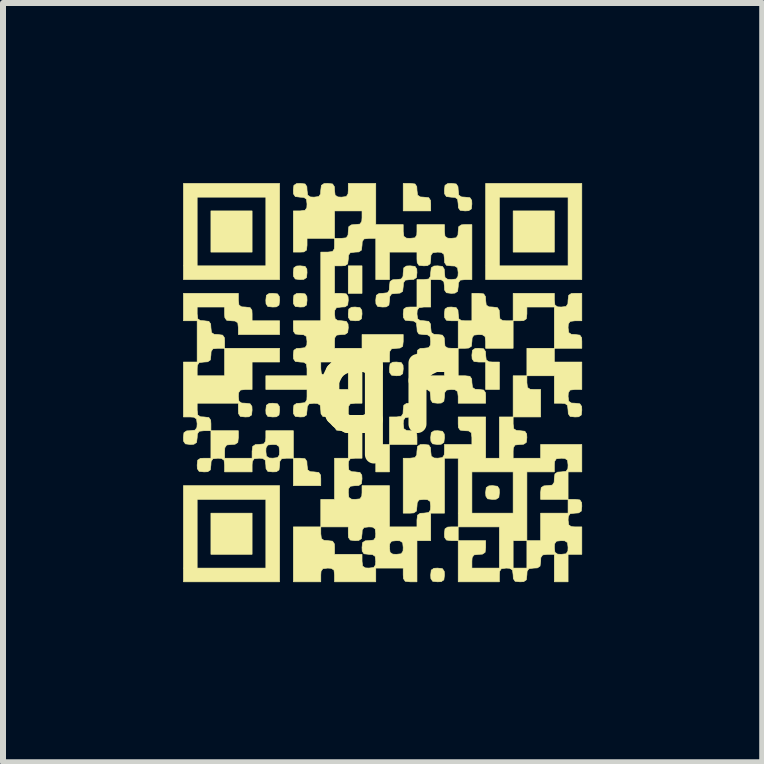
<source format=kicad_pcb>
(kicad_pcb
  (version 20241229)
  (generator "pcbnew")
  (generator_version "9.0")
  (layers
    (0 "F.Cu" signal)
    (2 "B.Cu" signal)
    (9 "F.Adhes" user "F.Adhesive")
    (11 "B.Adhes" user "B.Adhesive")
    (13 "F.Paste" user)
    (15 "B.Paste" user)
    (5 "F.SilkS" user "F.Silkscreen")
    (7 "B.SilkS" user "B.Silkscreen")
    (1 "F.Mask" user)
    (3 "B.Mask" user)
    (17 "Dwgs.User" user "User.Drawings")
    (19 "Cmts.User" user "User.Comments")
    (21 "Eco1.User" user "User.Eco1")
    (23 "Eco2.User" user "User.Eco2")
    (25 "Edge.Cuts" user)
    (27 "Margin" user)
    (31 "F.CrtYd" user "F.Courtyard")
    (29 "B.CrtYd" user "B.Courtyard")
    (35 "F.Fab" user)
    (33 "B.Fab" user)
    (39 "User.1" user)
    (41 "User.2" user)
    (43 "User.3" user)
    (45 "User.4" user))
  (footprint "qr"
    (layer "F.Cu")
    (at 3.323 3.323)
    (property "Reference" "qr" (at 0 0 0) (layer "F.SilkS") (effects (font (size 1.524 1.524) (thickness 0.3))))
    (attr through_hole)
    (fp_poly (pts (xy -2.174 -2.174) (xy -2.86 -2.174) (xy -2.86 -2.86) (xy -2.174 -2.86) (xy -2.174 -2.174)) (stroke (width 0.01) (type solid)) (fill yes) (layer "F.SilkS"))
    (fp_poly (pts (xy -2.174 2.86) (xy -2.86 2.86) (xy -2.86 2.174) (xy -2.174 2.174) (xy -2.174 2.86)) (stroke (width 0.01) (type solid)) (fill yes) (layer "F.SilkS"))
    (fp_poly (pts (xy -0.343 -1.487) (xy -0.572 -1.487) (xy -0.572 -1.945) (xy -0.343 -1.945) (xy -0.343 -1.487)) (stroke (width 0.01) (type solid)) (fill yes) (layer "F.SilkS"))
    (fp_poly (pts (xy 0.114 1.487) (xy -0.114 1.487) (xy -0.114 1.03) (xy 0.114 1.03) (xy 0.114 1.487)) (stroke (width 0.01) (type solid)) (fill yes) (layer "F.SilkS"))
    (fp_poly (pts (xy 2.86 -2.174) (xy 2.174 -2.174) (xy 2.174 -2.86) (xy 2.86 -2.86) (xy 2.86 -2.174)) (stroke (width 0.01) (type solid)) (fill yes) (layer "F.SilkS"))
    (fp_poly (pts (xy -1.716 -1.716) (xy -3.318 -1.716) (xy -3.318 -3.089) (xy -3.089 -3.089) (xy -3.089 -1.945) (xy -1.945 -1.945) (xy -1.945 -3.089) (xy -3.089 -3.089) (xy -3.318 -3.089) (xy -3.318 -3.318) (xy -1.716 -3.318) (xy -1.716 -1.716)) (stroke (width 0.01) (type solid)) (fill yes) (layer "F.SilkS"))
    (fp_poly (pts (xy -1.716 3.318) (xy -3.318 3.318) (xy -3.318 1.945) (xy -3.089 1.945) (xy -3.089 3.089) (xy -1.945 3.089) (xy -1.945 1.945) (xy -3.089 1.945) (xy -3.318 1.945) (xy -3.318 1.716) (xy -1.716 1.716) (xy -1.716 3.318)) (stroke (width 0.01) (type solid)) (fill yes) (layer "F.SilkS"))
    (fp_poly (pts (xy 3.318 -1.716) (xy 1.716 -1.716) (xy 1.716 -3.089) (xy 1.945 -3.089) (xy 1.945 -1.945) (xy 3.089 -1.945) (xy 3.089 -3.089) (xy 1.945 -3.089) (xy 1.716 -3.089) (xy 1.716 -3.318) (xy 3.318 -3.318) (xy 3.318 -1.716)) (stroke (width 0.01) (type solid)) (fill yes) (layer "F.SilkS"))
    (fp_poly (pts (xy -1.75 -1.478) (xy -1.72 -1.433) (xy -1.716 -1.373) (xy -1.726 -1.292) (xy -1.77 -1.262) (xy -1.831 -1.259) (xy -1.912 -1.268) (xy -1.942 -1.313) (xy -1.945 -1.373) (xy -1.936 -1.454) (xy -1.891 -1.484) (xy -1.831 -1.487) (xy -1.75 -1.478)) (stroke (width 0.01) (type solid)) (fill yes) (layer "F.SilkS"))
    (fp_poly (pts (xy -1.75 0.353) (xy -1.72 0.397) (xy -1.716 0.458) (xy -1.726 0.539) (xy -1.77 0.569) (xy -1.831 0.572) (xy -1.912 0.563) (xy -1.942 0.518) (xy -1.945 0.458) (xy -1.936 0.377) (xy -1.891 0.347) (xy -1.831 0.343) (xy -1.75 0.353)) (stroke (width 0.01) (type solid)) (fill yes) (layer "F.SilkS"))
    (fp_poly (pts (xy -1.292 -1.936) (xy -1.262 -1.891) (xy -1.259 -1.831) (xy -1.268 -1.75) (xy -1.313 -1.72) (xy -1.373 -1.716) (xy -1.454 -1.726) (xy -1.484 -1.77) (xy -1.487 -1.831) (xy -1.478 -1.912) (xy -1.433 -1.942) (xy -1.373 -1.945) (xy -1.292 -1.936)) (stroke (width 0.01) (type solid)) (fill yes) (layer "F.SilkS"))
    (fp_poly (pts (xy -1.292 -1.478) (xy -1.262 -1.433) (xy -1.259 -1.373) (xy -1.268 -1.292) (xy -1.313 -1.262) (xy -1.373 -1.259) (xy -1.454 -1.268) (xy -1.484 -1.313) (xy -1.487 -1.373) (xy -1.478 -1.454) (xy -1.433 -1.484) (xy -1.373 -1.487) (xy -1.292 -1.478)) (stroke (width 0.01) (type solid)) (fill yes) (layer "F.SilkS"))
    (fp_poly (pts (xy -0.377 -1.249) (xy -0.347 -1.205) (xy -0.343 -1.144) (xy -0.353 -1.063) (xy -0.397 -1.033) (xy -0.458 -1.03) (xy -0.539 -1.039) (xy -0.569 -1.084) (xy -0.572 -1.144) (xy -0.563 -1.225) (xy -0.518 -1.255) (xy -0.458 -1.259) (xy -0.377 -1.249)) (stroke (width 0.01) (type solid)) (fill yes) (layer "F.SilkS"))
    (fp_poly (pts (xy 0.31 -0.334) (xy 0.34 -0.289) (xy 0.343 -0.229) (xy 0.334 -0.148) (xy 0.289 -0.118) (xy 0.229 -0.114) (xy 0.148 -0.124) (xy 0.118 -0.168) (xy 0.114 -0.229) (xy 0.124 -0.31) (xy 0.168 -0.34) (xy 0.229 -0.343) (xy 0.31 -0.334)) (stroke (width 0.01) (type solid)) (fill yes) (layer "F.SilkS"))
    (fp_poly (pts (xy 0.996 0.81) (xy 1.026 0.855) (xy 1.03 0.915) (xy 1.02 0.996) (xy 0.976 1.026) (xy 0.915 1.03) (xy 0.834 1.02) (xy 0.804 0.976) (xy 0.801 0.915) (xy 0.81 0.834) (xy 0.855 0.804) (xy 0.915 0.801) (xy 0.996 0.81)) (stroke (width 0.01) (type solid)) (fill yes) (layer "F.SilkS"))
    (fp_poly (pts (xy 0.996 3.099) (xy 1.026 3.143) (xy 1.03 3.204) (xy 1.02 3.285) (xy 0.976 3.315) (xy 0.915 3.318) (xy 0.834 3.309) (xy 0.804 3.264) (xy 0.801 3.204) (xy 0.81 3.123) (xy 0.855 3.093) (xy 0.915 3.089) (xy 0.996 3.099)) (stroke (width 0.01) (type solid)) (fill yes) (layer "F.SilkS"))
    (fp_poly (pts (xy 1.912 1.726) (xy 1.942 1.77) (xy 1.945 1.831) (xy 1.936 1.912) (xy 1.891 1.942) (xy 1.831 1.945) (xy 1.75 1.936) (xy 1.72 1.891) (xy 1.716 1.831) (xy 1.726 1.75) (xy 1.77 1.72) (xy 1.831 1.716) (xy 1.912 1.726)) (stroke (width 0.01) (type solid)) (fill yes) (layer "F.SilkS"))
    (fp_poly (pts (xy -1.292 1.268) (xy -1.262 1.313) (xy -1.259 1.373) (xy -1.249 1.454) (xy -1.205 1.484) (xy -1.144 1.487) (xy -1.063 1.497) (xy -1.033 1.541) (xy -1.03 1.602) (xy -1.03 1.716) (xy -1.487 1.716) (xy -1.487 1.259) (xy -1.373 1.259) (xy -1.292 1.268)) (stroke (width 0.01) (type solid)) (fill yes) (layer "F.SilkS"))
    (fp_poly (pts (xy 0.539 -3.309) (xy 0.569 -3.264) (xy 0.572 -3.204) (xy 0.582 -3.123) (xy 0.626 -3.093) (xy 0.686 -3.089) (xy 0.768 -3.08) (xy 0.797 -3.035) (xy 0.801 -2.975) (xy 0.801 -2.86) (xy 0.343 -2.86) (xy 0.343 -3.318) (xy 0.458 -3.318) (xy 0.539 -3.309)) (stroke (width 0.01) (type solid)) (fill yes) (layer "F.SilkS"))
    (fp_poly (pts (xy 1.683 -0.563) (xy 1.713 -0.518) (xy 1.716 -0.458) (xy 1.726 -0.377) (xy 1.77 -0.347) (xy 1.831 -0.343) (xy 1.945 -0.343) (xy 1.945 0.114) (xy 1.716 0.114) (xy 1.716 -0.343) (xy 1.602 -0.343) (xy 1.521 -0.353) (xy 1.491 -0.397) (xy 1.487 -0.458) (xy 1.497 -0.539) (xy 1.541 -0.569) (xy 1.602 -0.572) (xy 1.683 -0.563)) (stroke (width 0.01) (type solid)) (fill yes) (layer "F.SilkS"))
    (fp_poly (pts (xy 1.225 -3.309) (xy 1.255 -3.264) (xy 1.259 -3.204) (xy 1.268 -3.123) (xy 1.313 -3.093) (xy 1.373 -3.089) (xy 1.454 -3.08) (xy 1.484 -3.035) (xy 1.487 -2.975) (xy 1.478 -2.894) (xy 1.433 -2.864) (xy 1.373 -2.86) (xy 1.292 -2.87) (xy 1.262 -2.914) (xy 1.259 -2.975) (xy 1.249 -3.056) (xy 1.205 -3.086) (xy 1.144 -3.089) (xy 1.063 -3.099) (xy 1.033 -3.143) (xy 1.03 -3.204) (xy 1.039 -3.285) (xy 1.084 -3.315) (xy 1.144 -3.318) (xy 1.225 -3.309)) (stroke (width 0.01) (type solid)) (fill yes) (layer "F.SilkS"))
    (fp_poly (pts (xy 0.539 0.353) (xy 0.569 0.397) (xy 0.572 0.458) (xy 0.563 0.539) (xy 0.518 0.569) (xy 0.458 0.572) (xy 0.377 0.582) (xy 0.347 0.626) (xy 0.343 0.686) (xy 0.353 0.768) (xy 0.397 0.797) (xy 0.458 0.801) (xy 0.539 0.81) (xy 0.569 0.855) (xy 0.572 0.915) (xy 0.572 1.03) (xy 0.114 1.03) (xy 0.114 0.572) (xy 0.229 0.572) (xy 0.31 0.563) (xy 0.34 0.518) (xy 0.343 0.458) (xy 0.353 0.377) (xy 0.397 0.347) (xy 0.458 0.343) (xy 0.539 0.353)) (stroke (width 0.01) (type solid)) (fill yes) (layer "F.SilkS"))
    (fp_poly (pts (xy 0.539 -1.936) (xy 0.569 -1.891) (xy 0.572 -1.831) (xy 0.563 -1.75) (xy 0.518 -1.72) (xy 0.458 -1.716) (xy 0.377 -1.707) (xy 0.347 -1.662) (xy 0.343 -1.602) (xy 0.334 -1.521) (xy 0.289 -1.491) (xy 0.229 -1.487) (xy 0.148 -1.478) (xy 0.118 -1.433) (xy 0.114 -1.373) (xy 0.105 -1.292) (xy 0.06 -1.262) (xy 0 -1.259) (xy -0.081 -1.268) (xy -0.111 -1.313) (xy -0.114 -1.373) (xy -0.105 -1.454) (xy -0.06 -1.484) (xy 0 -1.487) (xy 0.081 -1.497) (xy 0.111 -1.541) (xy 0.114 -1.602) (xy 0.124 -1.683) (xy 0.168 -1.713) (xy 0.229 -1.716) (xy 0.31 -1.726) (xy 0.34 -1.77) (xy 0.343 -1.831) (xy 0.353 -1.912) (xy 0.397 -1.942) (xy 0.458 -1.945) (xy 0.539 -1.936)) (stroke (width 0.01) (type solid)) (fill yes) (layer "F.SilkS"))
    (fp_poly (pts (xy -2.403 0.915) (xy -2.412 0.996) (xy -2.457 1.026) (xy -2.517 1.03) (xy -2.598 1.039) (xy -2.628 1.084) (xy -2.632 1.144) (xy -2.632 1.259) (xy -2.174 1.259) (xy -2.174 1.144) (xy -1.945 1.144) (xy -1.936 1.225) (xy -1.891 1.255) (xy -1.831 1.259) (xy -1.75 1.249) (xy -1.72 1.205) (xy -1.716 1.144) (xy -1.726 1.063) (xy -1.77 1.033) (xy -1.831 1.03) (xy -1.912 1.039) (xy -1.942 1.084) (xy -1.945 1.144) (xy -2.174 1.144) (xy -2.164 1.063) (xy -2.12 1.033) (xy -2.059 1.03) (xy -1.978 1.02) (xy -1.949 0.976) (xy -1.945 0.915) (xy -1.945 0.801) (xy -1.487 0.801) (xy -1.487 1.259) (xy -1.602 1.259) (xy -1.683 1.268) (xy -1.713 1.313) (xy -1.716 1.373) (xy -1.726 1.454) (xy -1.77 1.484) (xy -1.831 1.487) (xy -1.912 1.478) (xy -1.942 1.433) (xy -1.945 1.373) (xy -1.954 1.292) (xy -1.999 1.262) (xy -2.059 1.259) (xy -2.14 1.268) (xy -2.17 1.313) (xy -2.174 1.373) (xy -2.174 1.487) (xy -2.632 1.487) (xy -2.632 1.373) (xy -2.641 1.292) (xy -2.686 1.262) (xy -2.746 1.259) (xy -2.827 1.268) (xy -2.857 1.313) (xy -2.86 1.373) (xy -2.87 1.454) (xy -2.914 1.484) (xy -2.975 1.487) (xy -3.056 1.478) (xy -3.086 1.433) (xy -3.089 1.373) (xy -3.08 1.292) (xy -3.035 1.262) (xy -2.975 1.259) (xy -2.86 1.259) (xy -2.86 0.801) (xy -2.403 0.801) (xy -2.403 0.915)) (stroke (width 0.01) (type solid)) (fill yes) (layer "F.SilkS"))
    (fp_poly (pts (xy -1.716 -0.572) (xy -1.716 -0.343) (xy -2.174 -0.343) (xy -2.174 0.114) (xy -2.288 0.114) (xy -2.369 0.124) (xy -2.399 0.168) (xy -2.403 0.229) (xy -2.393 0.31) (xy -2.349 0.34) (xy -2.288 0.343) (xy -2.207 0.353) (xy -2.177 0.397) (xy -2.174 0.458) (xy -2.183 0.539) (xy -2.228 0.569) (xy -2.288 0.572) (xy -2.369 0.563) (xy -2.399 0.518) (xy -2.403 0.458) (xy -2.403 0.343) (xy -3.089 0.343) (xy -3.089 0.458) (xy -3.08 0.539) (xy -3.035 0.569) (xy -2.975 0.572) (xy -2.894 0.582) (xy -2.864 0.626) (xy -2.86 0.686) (xy -2.86 0.801) (xy -2.975 0.801) (xy -3.056 0.81) (xy -3.086 0.855) (xy -3.089 0.915) (xy -3.099 0.996) (xy -3.143 1.026) (xy -3.204 1.03) (xy -3.285 1.02) (xy -3.315 0.976) (xy -3.318 0.915) (xy -3.309 0.834) (xy -3.264 0.804) (xy -3.204 0.801) (xy -3.123 0.791) (xy -3.093 0.747) (xy -3.089 0.686) (xy -3.099 0.605) (xy -3.143 0.576) (xy -3.204 0.572) (xy -3.318 0.572) (xy -3.318 -0.229) (xy -3.089 -0.229) (xy -3.089 -0.114) (xy -2.632 -0.114) (xy -2.632 -0.572) (xy -2.746 -0.572) (xy -2.827 -0.563) (xy -2.857 -0.518) (xy -2.86 -0.458) (xy -2.87 -0.377) (xy -2.914 -0.347) (xy -2.975 -0.343) (xy -3.056 -0.334) (xy -3.086 -0.289) (xy -3.089 -0.229) (xy -3.318 -0.229) (xy -3.318 -0.343) (xy -3.089 -0.343) (xy -3.089 -1.03) (xy -3.318 -1.03) (xy -3.318 -1.487) (xy -2.403 -1.487) (xy -2.403 -1.373) (xy -2.393 -1.292) (xy -2.349 -1.262) (xy -2.288 -1.259) (xy -2.207 -1.249) (xy -2.177 -1.205) (xy -2.174 -1.144) (xy -2.174 -1.03) (xy -1.716 -1.03) (xy -1.716 -0.801) (xy -2.403 -0.801) (xy -2.403 -0.915) (xy -2.412 -0.996) (xy -2.457 -1.026) (xy -2.517 -1.03) (xy -2.598 -1.039) (xy -2.628 -1.084) (xy -2.632 -1.144) (xy -2.632 -1.259) (xy -3.089 -1.259) (xy -3.089 -1.144) (xy -3.08 -1.063) (xy -3.035 -1.033) (xy -2.975 -1.03) (xy -2.894 -1.02) (xy -2.864 -0.976) (xy -2.86 -0.915) (xy -2.851 -0.834) (xy -2.806 -0.804) (xy -2.746 -0.801) (xy -2.665 -0.791) (xy -2.635 -0.747) (xy -2.632 -0.686) (xy -2.632 -0.572) (xy -1.716 -0.572)) (stroke (width 0.01) (type solid)) (fill yes) (layer "F.SilkS"))
    (fp_poly (pts (xy -0.114 -2.632) (xy 0.343 -2.632) (xy 0.343 -2.517) (xy 0.353 -2.436) (xy 0.397 -2.406) (xy 0.458 -2.403) (xy 0.539 -2.412) (xy 0.569 -2.457) (xy 0.572 -2.517) (xy 0.572 -2.632) (xy 1.03 -2.632) (xy 1.03 -2.517) (xy 1.039 -2.436) (xy 1.084 -2.406) (xy 1.144 -2.403) (xy 1.225 -2.412) (xy 1.255 -2.457) (xy 1.259 -2.517) (xy 1.268 -2.598) (xy 1.313 -2.628) (xy 1.373 -2.632) (xy 1.487 -2.632) (xy 1.487 -1.716) (xy 1.373 -1.716) (xy 1.292 -1.707) (xy 1.262 -1.662) (xy 1.259 -1.602) (xy 1.249 -1.521) (xy 1.205 -1.491) (xy 1.144 -1.487) (xy 1.063 -1.497) (xy 1.033 -1.541) (xy 1.03 -1.602) (xy 1.02 -1.683) (xy 0.976 -1.713) (xy 0.915 -1.716) (xy 0.801 -1.716) (xy 0.801 -1.259) (xy 0.686 -1.259) (xy 0.605 -1.249) (xy 0.576 -1.205) (xy 0.572 -1.144) (xy 0.582 -1.063) (xy 0.626 -1.033) (xy 0.686 -1.03) (xy 0.768 -1.02) (xy 0.797 -0.976) (xy 0.801 -0.915) (xy 0.81 -0.834) (xy 0.855 -0.804) (xy 0.915 -0.801) (xy 0.996 -0.791) (xy 1.026 -0.747) (xy 1.03 -0.686) (xy 1.039 -0.605) (xy 1.084 -0.576) (xy 1.144 -0.572) (xy 1.259 -0.572) (xy 1.259 -1.03) (xy 1.144 -1.03) (xy 1.063 -1.039) (xy 1.033 -1.084) (xy 1.03 -1.144) (xy 1.039 -1.225) (xy 1.084 -1.255) (xy 1.144 -1.259) (xy 1.225 -1.249) (xy 1.255 -1.205) (xy 1.259 -1.144) (xy 1.268 -1.063) (xy 1.313 -1.033) (xy 1.373 -1.03) (xy 1.487 -1.03) (xy 1.487 -1.487) (xy 1.602 -1.487) (xy 1.683 -1.478) (xy 1.713 -1.433) (xy 1.716 -1.373) (xy 1.726 -1.292) (xy 1.77 -1.262) (xy 1.831 -1.259) (xy 1.912 -1.249) (xy 1.942 -1.205) (xy 1.945 -1.144) (xy 1.954 -1.063) (xy 1.999 -1.033) (xy 2.059 -1.03) (xy 2.174 -1.03) (xy 2.174 -1.487) (xy 2.86 -1.487) (xy 2.86 -1.373) (xy 2.87 -1.292) (xy 2.914 -1.262) (xy 2.975 -1.259) (xy 3.056 -1.268) (xy 3.086 -1.313) (xy 3.089 -1.373) (xy 3.099 -1.454) (xy 3.143 -1.484) (xy 3.204 -1.487) (xy 3.318 -1.487) (xy 3.318 -1.03) (xy 3.204 -1.03) (xy 3.123 -1.02) (xy 3.093 -0.976) (xy 3.089 -0.915) (xy 3.099 -0.834) (xy 3.143 -0.804) (xy 3.204 -0.801) (xy 3.285 -0.791) (xy 3.315 -0.747) (xy 3.318 -0.686) (xy 3.318 -0.572) (xy 2.86 -0.572) (xy 2.86 -0.343) (xy 3.318 -0.343) (xy 3.318 0.114) (xy 3.204 0.114) (xy 3.123 0.124) (xy 3.093 0.168) (xy 3.089 0.229) (xy 3.099 0.31) (xy 3.143 0.34) (xy 3.204 0.343) (xy 3.285 0.353) (xy 3.315 0.397) (xy 3.318 0.458) (xy 3.309 0.539) (xy 3.264 0.569) (xy 3.204 0.572) (xy 3.123 0.563) (xy 3.093 0.518) (xy 3.089 0.458) (xy 3.08 0.377) (xy 3.035 0.347) (xy 2.975 0.343) (xy 2.86 0.343) (xy 2.86 -0.114) (xy 2.403 -0.114) (xy 2.403 0) (xy 2.412 0.081) (xy 2.457 0.111) (xy 2.517 0.114) (xy 2.632 0.114) (xy 2.632 0.572) (xy 2.174 0.572) (xy 2.174 0.686) (xy 2.183 0.768) (xy 2.228 0.797) (xy 2.288 0.801) (xy 2.369 0.81) (xy 2.399 0.855) (xy 2.403 0.915) (xy 2.393 0.996) (xy 2.349 1.026) (xy 2.288 1.03) (xy 2.207 1.039) (xy 2.177 1.084) (xy 2.174 1.144) (xy 2.174 1.259) (xy 2.632 1.259) (xy 2.632 1.03) (xy 3.318 1.03) (xy 3.318 1.487) (xy 3.089 1.487) (xy 3.089 1.945) (xy 3.204 1.945) (xy 3.285 1.954) (xy 3.315 1.999) (xy 3.318 2.059) (xy 3.309 2.14) (xy 3.264 2.17) (xy 3.204 2.174) (xy 3.123 2.183) (xy 3.093 2.228) (xy 3.089 2.288) (xy 3.099 2.369) (xy 3.143 2.399) (xy 3.204 2.403) (xy 3.318 2.403) (xy 3.318 2.86) (xy 3.089 2.86) (xy 3.089 3.318) (xy 2.86 3.318) (xy 2.86 2.86) (xy 2.746 2.86) (xy 2.665 2.87) (xy 2.635 2.914) (xy 2.632 2.975) (xy 2.622 3.056) (xy 2.578 3.086) (xy 2.517 3.089) (xy 2.436 3.099) (xy 2.406 3.143) (xy 2.403 3.204) (xy 2.393 3.285) (xy 2.349 3.315) (xy 2.288 3.318) (xy 2.207 3.309) (xy 2.177 3.264) (xy 2.174 3.204) (xy 2.164 3.123) (xy 2.12 3.093) (xy 2.059 3.089) (xy 1.978 3.099) (xy 1.949 3.143) (xy 1.945 3.204) (xy 1.945 3.318) (xy 1.259 3.318) (xy 1.259 2.632) (xy 1.144 2.632) (xy 1.063 2.622) (xy 1.033 2.578) (xy 1.03 2.517) (xy 1.039 2.436) (xy 1.084 2.406) (xy 1.144 2.403) (xy 1.259 2.403) (xy 1.259 2.632) (xy 1.716 2.632) (xy 1.716 2.746) (xy 1.707 2.827) (xy 1.662 2.857) (xy 1.602 2.86) (xy 1.521 2.87) (xy 1.491 2.914) (xy 1.487 2.975) (xy 1.487 3.089) (xy 1.945 3.089) (xy 1.945 2.632) (xy 2.174 2.632) (xy 2.174 3.089) (xy 2.403 3.089) (xy 2.403 2.746) (xy 2.86 2.746) (xy 2.87 2.827) (xy 2.914 2.857) (xy 2.975 2.86) (xy 3.056 2.851) (xy 3.086 2.806) (xy 3.089 2.746) (xy 3.08 2.665) (xy 3.035 2.635) (xy 2.975 2.632) (xy 2.894 2.641) (xy 2.864 2.686) (xy 2.86 2.746) (xy 2.403 2.746) (xy 2.403 2.632) (xy 2.174 2.632) (xy 1.945 2.632) (xy 1.945 2.403) (xy 1.259 2.403) (xy 1.259 1.487) (xy 1.487 1.487) (xy 1.487 2.174) (xy 2.174 2.174) (xy 2.174 1.487) (xy 2.403 1.487) (xy 2.403 2.632) (xy 2.632 2.632) (xy 2.632 2.174) (xy 3.089 2.174) (xy 3.089 1.945) (xy 2.632 1.945) (xy 2.632 1.831) (xy 2.641 1.75) (xy 2.686 1.72) (xy 2.746 1.716) (xy 2.827 1.707) (xy 2.857 1.662) (xy 2.86 1.602) (xy 2.87 1.521) (xy 2.914 1.491) (xy 2.975 1.487) (xy 3.056 1.478) (xy 3.086 1.433) (xy 3.089 1.373) (xy 3.08 1.292) (xy 3.035 1.262) (xy 2.975 1.259) (xy 2.894 1.268) (xy 2.864 1.313) (xy 2.86 1.373) (xy 2.86 1.487) (xy 2.403 1.487) (xy 2.174 1.487) (xy 1.487 1.487) (xy 1.259 1.487) (xy 1.259 1.259) (xy 1.03 1.259) (xy 1.03 2.174) (xy 0.801 2.174) (xy 0.801 2.632) (xy 0.572 2.632) (xy 0.572 3.318) (xy 0.458 3.318) (xy 0.377 3.309) (xy 0.347 3.264) (xy 0.343 3.204) (xy 0.343 3.089) (xy -0.114 3.089) (xy -0.114 3.318) (xy -0.801 3.318) (xy -0.801 3.204) (xy -0.81 3.123) (xy -0.855 3.093) (xy -0.915 3.089) (xy -0.996 3.099) (xy -1.026 3.143) (xy -1.03 3.204) (xy -1.03 3.318) (xy -1.487 3.318) (xy -1.487 2.403) (xy -1.03 2.403) (xy -1.03 2.517) (xy -1.02 2.598) (xy -0.976 2.628) (xy -0.915 2.632) (xy -0.834 2.641) (xy -0.804 2.686) (xy -0.801 2.746) (xy -0.801 2.86) (xy -0.343 2.86) (xy -0.343 2.975) (xy -0.334 3.056) (xy -0.289 3.086) (xy -0.229 3.089) (xy -0.148 3.08) (xy -0.118 3.035) (xy -0.114 2.975) (xy -0.124 2.894) (xy -0.168 2.864) (xy -0.229 2.86) (xy -0.31 2.851) (xy -0.34 2.806) (xy -0.343 2.746) (xy 0.114 2.746) (xy 0.124 2.827) (xy 0.168 2.857) (xy 0.229 2.86) (xy 0.31 2.851) (xy 0.34 2.806) (xy 0.343 2.746) (xy 0.334 2.665) (xy 0.289 2.635) (xy 0.229 2.632) (xy 0.148 2.641) (xy 0.118 2.686) (xy 0.114 2.746) (xy -0.343 2.746) (xy -0.334 2.665) (xy -0.289 2.635) (xy -0.229 2.632) (xy -0.148 2.622) (xy -0.118 2.578) (xy -0.114 2.517) (xy -0.124 2.436) (xy -0.168 2.406) (xy -0.229 2.403) (xy -0.31 2.412) (xy -0.34 2.457) (xy -0.343 2.517) (xy -0.353 2.598) (xy -0.397 2.628) (xy -0.458 2.632) (xy -0.539 2.622) (xy -0.569 2.578) (xy -0.572 2.517) (xy -0.572 2.403) (xy -1.03 2.403) (xy -1.03 1.945) (xy -0.801 1.945) (xy -0.801 1.259) (xy -0.572 1.259) (xy -0.572 0.801) (xy -0.686 0.801) (xy -0.768 0.791) (xy -0.797 0.747) (xy -0.801 0.686) (xy -0.81 0.605) (xy -0.855 0.576) (xy -0.915 0.572) (xy -0.996 0.563) (xy -1.026 0.518) (xy -1.03 0.458) (xy -1.039 0.377) (xy -1.084 0.347) (xy -1.144 0.343) (xy -1.225 0.353) (xy -1.255 0.397) (xy -1.259 0.458) (xy -1.268 0.539) (xy -1.313 0.569) (xy -1.373 0.572) (xy -1.454 0.563) (xy -1.484 0.518) (xy -1.487 0.458) (xy -1.478 0.377) (xy -1.433 0.347) (xy -1.373 0.343) (xy -1.292 0.334) (xy -1.262 0.289) (xy -1.259 0.229) (xy -1.259 0.114) (xy -1.945 0.114) (xy -1.945 -0.114) (xy -1.259 -0.114) (xy -1.259 -0.229) (xy -1.268 -0.31) (xy -1.313 -0.34) (xy -1.373 -0.343) (xy -1.03 -0.343) (xy -1.03 -0.229) (xy -1.02 -0.148) (xy -0.976 -0.118) (xy -0.915 -0.114) (xy -0.834 -0.105) (xy -0.804 -0.06) (xy -0.801 0) (xy -0.791 0.081) (xy -0.747 0.111) (xy -0.686 0.114) (xy -0.572 0.114) (xy -0.572 -0.343) (xy -1.03 -0.343) (xy -1.373 -0.343) (xy -1.454 -0.353) (xy -1.484 -0.397) (xy -1.487 -0.458) (xy -1.478 -0.539) (xy -1.433 -0.569) (xy -1.373 -0.572) (xy -1.292 -0.582) (xy -1.262 -0.626) (xy -1.259 -0.686) (xy -1.268 -0.768) (xy -1.313 -0.797) (xy -1.373 -0.801) (xy -1.454 -0.81) (xy -1.484 -0.855) (xy -1.487 -0.915) (xy -1.487 -1.03) (xy -1.03 -1.03) (xy -1.03 -1.945) (xy -0.801 -1.945) (xy -0.801 -1.487) (xy -0.686 -1.487) (xy -0.605 -1.478) (xy -0.576 -1.433) (xy -0.572 -1.373) (xy -0.582 -1.292) (xy -0.626 -1.262) (xy -0.686 -1.259) (xy -0.768 -1.249) (xy -0.797 -1.205) (xy -0.801 -1.144) (xy -0.791 -1.063) (xy -0.747 -1.033) (xy -0.686 -1.03) (xy -0.605 -1.02) (xy -0.576 -0.976) (xy -0.572 -0.915) (xy -0.582 -0.834) (xy -0.626 -0.804) (xy -0.686 -0.801) (xy -0.768 -0.791) (xy -0.797 -0.747) (xy -0.801 -0.686) (xy -0.801 -0.572) (xy -0.343 -0.572) (xy -0.343 -0.801) (xy 0.343 -0.801) (xy 0.343 -0.686) (xy 0.334 -0.605) (xy 0.289 -0.576) (xy 0.229 -0.572) (xy 0.148 -0.563) (xy 0.118 -0.518) (xy 0.114 -0.458) (xy 0.114 -0.343) (xy -0.343 -0.343) (xy -0.343 0.343) (xy -0.458 0.343) (xy -0.539 0.353) (xy -0.569 0.397) (xy -0.572 0.458) (xy -0.572 0.572) (xy -0.114 0.572) (xy -0.114 0.686) (xy -0.124 0.768) (xy -0.168 0.797) (xy -0.229 0.801) (xy -0.343 0.801) (xy -0.343 1.259) (xy -0.458 1.259) (xy -0.539 1.268) (xy -0.569 1.313) (xy -0.572 1.373) (xy -0.563 1.454) (xy -0.518 1.484) (xy -0.458 1.487) (xy -0.377 1.497) (xy -0.347 1.541) (xy -0.343 1.602) (xy -0.353 1.683) (xy -0.397 1.713) (xy -0.458 1.716) (xy -0.539 1.726) (xy -0.569 1.77) (xy -0.572 1.831) (xy -0.563 1.912) (xy -0.518 1.942) (xy -0.458 1.945) (xy -0.377 1.936) (xy -0.347 1.891) (xy -0.343 1.831) (xy -0.343 1.716) (xy 0.114 1.716) (xy 0.114 2.403) (xy 0.572 2.403) (xy 0.572 2.288) (xy 0.582 2.207) (xy 0.626 2.177) (xy 0.686 2.174) (xy 0.768 2.164) (xy 0.797 2.12) (xy 0.801 2.059) (xy 0.791 1.978) (xy 0.747 1.949) (xy 0.686 1.945) (xy 0.605 1.954) (xy 0.576 1.999) (xy 0.572 2.059) (xy 0.563 2.14) (xy 0.518 2.17) (xy 0.458 2.174) (xy 0.343 2.174) (xy 0.343 1.259) (xy 0.458 1.259) (xy 0.539 1.249) (xy 0.569 1.205) (xy 0.572 1.144) (xy 0.582 1.063) (xy 0.626 1.033) (xy 0.686 1.03) (xy 0.768 1.039) (xy 0.797 1.084) (xy 0.801 1.144) (xy 0.81 1.225) (xy 0.855 1.255) (xy 0.915 1.259) (xy 0.996 1.249) (xy 1.026 1.205) (xy 1.03 1.144) (xy 1.03 1.03) (xy 1.487 1.03) (xy 1.487 0.915) (xy 1.478 0.834) (xy 1.433 0.804) (xy 1.373 0.801) (xy 1.292 0.791) (xy 1.262 0.747) (xy 1.259 0.686) (xy 1.259 0.572) (xy 1.716 0.572) (xy 1.716 1.259) (xy 1.945 1.259) (xy 1.945 0.572) (xy 2.174 0.572) (xy 2.174 -0.114) (xy 2.403 -0.114) (xy 2.403 -0.572) (xy 2.86 -0.572) (xy 2.86 -1.259) (xy 2.403 -1.259) (xy 2.403 -1.144) (xy 2.393 -1.063) (xy 2.349 -1.033) (xy 2.288 -1.03) (xy 2.174 -1.03) (xy 2.174 -0.572) (xy 1.716 -0.572) (xy 1.716 -0.686) (xy 1.707 -0.768) (xy 1.662 -0.797) (xy 1.602 -0.801) (xy 1.521 -0.791) (xy 1.491 -0.747) (xy 1.487 -0.686) (xy 1.478 -0.605) (xy 1.433 -0.576) (xy 1.373 -0.572) (xy 1.259 -0.572) (xy 1.259 -0.114) (xy 1.373 -0.114) (xy 1.454 -0.105) (xy 1.484 -0.06) (xy 1.487 0) (xy 1.497 0.081) (xy 1.541 0.111) (xy 1.602 0.114) (xy 1.683 0.124) (xy 1.713 0.168) (xy 1.716 0.229) (xy 1.716 0.343) (xy 1.259 0.343) (xy 1.259 0.229) (xy 1.249 0.148) (xy 1.205 0.118) (xy 1.144 0.114) (xy 1.063 0.124) (xy 1.033 0.168) (xy 1.03 0.229) (xy 1.02 0.31) (xy 0.976 0.34) (xy 0.915 0.343) (xy 0.834 0.334) (xy 0.804 0.289) (xy 0.801 0.229) (xy 0.791 0.148) (xy 0.747 0.118) (xy 0.686 0.114) (xy 0.605 0.105) (xy 0.576 0.06) (xy 0.572 0) (xy 0.572 -0.114) (xy 1.03 -0.114) (xy 1.03 -0.343) (xy 0.572 -0.343) (xy 0.572 -0.458) (xy 0.582 -0.539) (xy 0.626 -0.569) (xy 0.686 -0.572) (xy 0.768 -0.582) (xy 0.797 -0.626) (xy 0.801 -0.686) (xy 0.791 -0.768) (xy 0.747 -0.797) (xy 0.686 -0.801) (xy 0.605 -0.81) (xy 0.576 -0.855) (xy 0.572 -0.915) (xy 0.563 -0.996) (xy 0.518 -1.026) (xy 0.458 -1.03) (xy 0.377 -1.039) (xy 0.347 -1.084) (xy 0.343 -1.144) (xy 0.353 -1.225) (xy 0.397 -1.255) (xy 0.458 -1.259) (xy 0.572 -1.259) (xy 0.572 -1.716) (xy 0.686 -1.716) (xy 0.768 -1.726) (xy 0.797 -1.77) (xy 0.801 -1.831) (xy 0.81 -1.912) (xy 0.855 -1.942) (xy 0.915 -1.945) (xy 0.996 -1.936) (xy 1.026 -1.891) (xy 1.03 -1.831) (xy 1.039 -1.75) (xy 1.084 -1.72) (xy 1.144 -1.716) (xy 1.225 -1.726) (xy 1.255 -1.77) (xy 1.259 -1.831) (xy 1.249 -1.912) (xy 1.205 -1.942) (xy 1.144 -1.945) (xy 1.063 -1.954) (xy 1.033 -1.999) (xy 1.03 -2.059) (xy 1.02 -2.14) (xy 0.976 -2.17) (xy 0.915 -2.174) (xy 0.834 -2.164) (xy 0.804 -2.12) (xy 0.801 -2.059) (xy 0.791 -1.978) (xy 0.747 -1.949) (xy 0.686 -1.945) (xy 0.605 -1.954) (xy 0.576 -1.999) (xy 0.572 -2.059) (xy 0.572 -2.174) (xy 0.114 -2.174) (xy 0.114 -1.716) (xy -0.114 -1.716) (xy -0.114 -2.403) (xy -0.229 -2.403) (xy -0.31 -2.393) (xy -0.34 -2.349) (xy -0.343 -2.288) (xy -0.353 -2.207) (xy -0.397 -2.177) (xy -0.458 -2.174) (xy -0.539 -2.164) (xy -0.569 -2.12) (xy -0.572 -2.059) (xy -0.582 -1.978) (xy -0.626 -1.949) (xy -0.686 -1.945) (xy -0.801 -1.945) (xy -1.03 -1.945) (xy -1.03 -2.174) (xy -0.915 -2.174) (xy -0.834 -2.183) (xy -0.804 -2.228) (xy -0.801 -2.288) (xy -0.801 -2.403) (xy -1.259 -2.403) (xy -1.259 -2.288) (xy -1.268 -2.207) (xy -1.313 -2.177) (xy -1.373 -2.174) (xy -1.487 -2.174) (xy -1.487 -2.86) (xy -1.373 -2.86) (xy -0.801 -2.86) (xy -0.801 -2.403) (xy -0.686 -2.403) (xy -0.605 -2.412) (xy -0.576 -2.457) (xy -0.572 -2.517) (xy -0.563 -2.598) (xy -0.518 -2.628) (xy -0.458 -2.632) (xy -0.377 -2.641) (xy -0.347 -2.686) (xy -0.343 -2.746) (xy -0.343 -2.86) (xy -0.801 -2.86) (xy -1.373 -2.86) (xy -1.292 -2.87) (xy -1.262 -2.914) (xy -1.259 -2.975) (xy -1.268 -3.056) (xy -1.313 -3.086) (xy -1.373 -3.089) (xy -1.454 -3.099) (xy -1.484 -3.143) (xy -1.487 -3.204) (xy -1.478 -3.285) (xy -1.433 -3.315) (xy -1.373 -3.318) (xy -1.292 -3.309) (xy -1.262 -3.264) (xy -1.259 -3.204) (xy -1.249 -3.123) (xy -1.205 -3.093) (xy -1.144 -3.089) (xy -1.063 -3.099) (xy -1.033 -3.143) (xy -1.03 -3.204) (xy -1.02 -3.285) (xy -0.976 -3.315) (xy -0.915 -3.318) (xy -0.834 -3.309) (xy -0.804 -3.264) (xy -0.801 -3.204) (xy -0.791 -3.123) (xy -0.747 -3.093) (xy -0.686 -3.089) (xy -0.605 -3.099) (xy -0.576 -3.143) (xy -0.572 -3.204) (xy -0.572 -3.318) (xy -0.114 -3.318) (xy -0.114 -2.632)) (stroke (width 0.01) (type solid)) (fill yes) (layer "F.SilkS")))
  (gr_rect
    (start -3 -3)
    (end 9.646 9.646)
    (stroke (width 0.1) (type default))
    (fill no)
    (layer "Edge.Cuts")))
</source>
